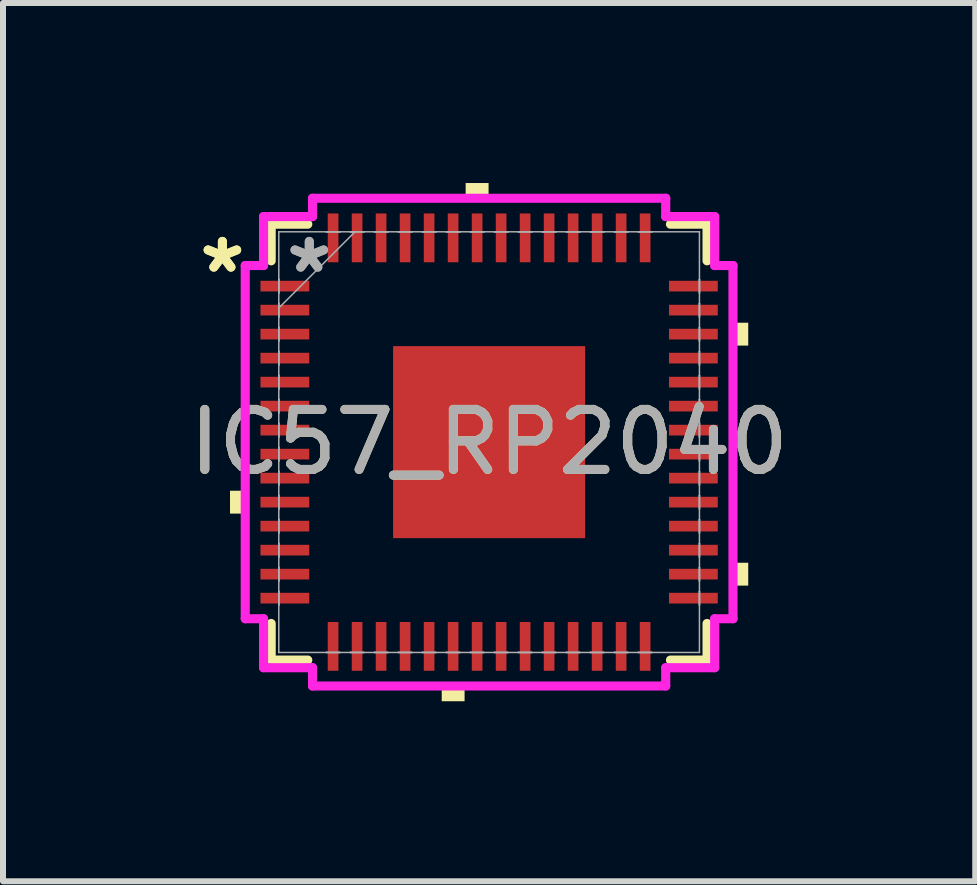
<source format=kicad_pcb>
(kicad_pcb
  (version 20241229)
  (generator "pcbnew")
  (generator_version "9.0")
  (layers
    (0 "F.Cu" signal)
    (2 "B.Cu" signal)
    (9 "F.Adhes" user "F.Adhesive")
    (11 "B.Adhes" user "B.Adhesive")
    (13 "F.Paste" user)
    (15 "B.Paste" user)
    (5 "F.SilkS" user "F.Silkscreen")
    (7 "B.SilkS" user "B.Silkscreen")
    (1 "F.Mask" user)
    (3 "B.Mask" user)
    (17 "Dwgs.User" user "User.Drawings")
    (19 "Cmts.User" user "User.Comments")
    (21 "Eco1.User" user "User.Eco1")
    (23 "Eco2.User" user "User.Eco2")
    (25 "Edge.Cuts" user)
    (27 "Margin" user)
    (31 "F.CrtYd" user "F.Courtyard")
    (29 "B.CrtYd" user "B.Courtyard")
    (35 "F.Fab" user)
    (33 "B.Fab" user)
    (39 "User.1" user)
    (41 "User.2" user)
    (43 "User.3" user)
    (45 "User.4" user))
  (footprint "IC57_RP2040"
    (layer "F.Cu")
    (at 5.101 4.318)
    (property "Reference" "IC57_RP2040" (at 0 0 0) (unlocked yes) (layer "F.SilkS") (effects (font (size 1 1) (thickness 0.15))))
    (attr smd)
    (fp_line (start -3.632 -3.632) (end -3.632 -3.022) (stroke (width 0.152) (type solid)) (layer "F.SilkS"))
    (fp_line (start -3.632 3.022) (end -3.632 3.632) (stroke (width 0.152) (type solid)) (layer "F.SilkS"))
    (fp_line (start -3.632 3.632) (end -3.022 3.632) (stroke (width 0.152) (type solid)) (layer "F.SilkS"))
    (fp_line (start -3.022 -3.632) (end -3.632 -3.632) (stroke (width 0.152) (type solid)) (layer "F.SilkS"))
    (fp_line (start 3.022 3.632) (end 3.632 3.632) (stroke (width 0.152) (type solid)) (layer "F.SilkS"))
    (fp_line (start 3.632 -3.632) (end 3.022 -3.632) (stroke (width 0.152) (type solid)) (layer "F.SilkS"))
    (fp_line (start 3.632 -3.022) (end 3.632 -3.632) (stroke (width 0.152) (type solid)) (layer "F.SilkS"))
    (fp_line (start 3.632 3.632) (end 3.632 3.022) (stroke (width 0.152) (type solid)) (layer "F.SilkS"))
    (fp_poly (pts (xy -4.318 0.81) (xy -4.318 1.191) (xy -4.064 1.191) (xy -4.064 0.81)) (stroke (width 0) (type solid)) (fill yes) (layer "F.SilkS"))
    (fp_poly (pts (xy -0.79 4.064) (xy -0.79 4.318) (xy -0.409 4.318) (xy -0.409 4.064)) (stroke (width 0) (type solid)) (fill yes) (layer "F.SilkS"))
    (fp_poly (pts (xy -0.391 -4.064) (xy -0.391 -4.318) (xy -0.009 -4.318) (xy -0.009 -4.064)) (stroke (width 0) (type solid)) (fill yes) (layer "F.SilkS"))
    (fp_poly (pts (xy 4.318 -1.99) (xy 4.318 -1.609) (xy 4.064 -1.609) (xy 4.064 -1.99)) (stroke (width 0) (type solid)) (fill yes) (layer "F.SilkS"))
    (fp_poly (pts (xy 4.318 2.01) (xy 4.318 2.391) (xy 4.064 2.391) (xy 4.064 2.01)) (stroke (width 0) (type solid)) (fill yes) (layer "F.SilkS"))
    (fp_poly (pts (xy -1.5 -1.5) (xy -1.5 -0.1) (xy -0.1 -0.1) (xy -0.1 -1.5)) (stroke (width 0) (type solid)) (fill yes) (layer "F.Paste"))
    (fp_poly (pts (xy -1.5 0.1) (xy -1.5 1.5) (xy -0.1 1.5) (xy -0.1 0.1)) (stroke (width 0) (type solid)) (fill yes) (layer "F.Paste"))
    (fp_poly (pts (xy 0.1 -1.5) (xy 0.1 -0.1) (xy 1.5 -0.1) (xy 1.5 -1.5)) (stroke (width 0) (type solid)) (fill yes) (layer "F.Paste"))
    (fp_poly (pts (xy 0.1 0.1) (xy 0.1 1.5) (xy 1.5 1.5) (xy 1.5 0.1)) (stroke (width 0) (type solid)) (fill yes) (layer "F.Paste"))
    (fp_line (start -4.064 -2.943) (end -3.759 -2.943) (stroke (width 0.152) (type solid)) (layer "F.CrtYd"))
    (fp_line (start -4.064 2.943) (end -4.064 -2.943) (stroke (width 0.152) (type solid)) (layer "F.CrtYd"))
    (fp_line (start -3.759 -3.759) (end -2.943 -3.759) (stroke (width 0.152) (type solid)) (layer "F.CrtYd"))
    (fp_line (start -3.759 -2.943) (end -3.759 -3.759) (stroke (width 0.152) (type solid)) (layer "F.CrtYd"))
    (fp_line (start -3.759 2.943) (end -4.064 2.943) (stroke (width 0.152) (type solid)) (layer "F.CrtYd"))
    (fp_line (start -3.759 3.759) (end -3.759 2.943) (stroke (width 0.152) (type solid)) (layer "F.CrtYd"))
    (fp_line (start -2.943 -4.064) (end 2.943 -4.064) (stroke (width 0.152) (type solid)) (layer "F.CrtYd"))
    (fp_line (start -2.943 -3.759) (end -2.943 -4.064) (stroke (width 0.152) (type solid)) (layer "F.CrtYd"))
    (fp_line (start -2.943 3.759) (end -3.759 3.759) (stroke (width 0.152) (type solid)) (layer "F.CrtYd"))
    (fp_line (start -2.943 4.064) (end -2.943 3.759) (stroke (width 0.152) (type solid)) (layer "F.CrtYd"))
    (fp_line (start 2.943 -4.064) (end 2.943 -3.759) (stroke (width 0.152) (type solid)) (layer "F.CrtYd"))
    (fp_line (start 2.943 -3.759) (end 3.759 -3.759) (stroke (width 0.152) (type solid)) (layer "F.CrtYd"))
    (fp_line (start 2.943 3.759) (end 2.943 4.064) (stroke (width 0.152) (type solid)) (layer "F.CrtYd"))
    (fp_line (start 2.943 4.064) (end -2.943 4.064) (stroke (width 0.152) (type solid)) (layer "F.CrtYd"))
    (fp_line (start 3.759 -3.759) (end 3.759 -2.943) (stroke (width 0.152) (type solid)) (layer "F.CrtYd"))
    (fp_line (start 3.759 -2.943) (end 4.064 -2.943) (stroke (width 0.152) (type solid)) (layer "F.CrtYd"))
    (fp_line (start 3.759 2.943) (end 3.759 3.759) (stroke (width 0.152) (type solid)) (layer "F.CrtYd"))
    (fp_line (start 3.759 3.759) (end 2.943 3.759) (stroke (width 0.152) (type solid)) (layer "F.CrtYd"))
    (fp_line (start 4.064 -2.943) (end 4.064 2.943) (stroke (width 0.152) (type solid)) (layer "F.CrtYd"))
    (fp_line (start 4.064 2.943) (end 3.759 2.943) (stroke (width 0.152) (type solid)) (layer "F.CrtYd"))
    (fp_line (start -3.505 -3.505) (end -3.505 -3.505) (stroke (width 0.025) (type solid)) (layer "F.Fab"))
    (fp_line (start -3.505 -3.505) (end -3.505 3.505) (stroke (width 0.025) (type solid)) (layer "F.Fab"))
    (fp_line (start -3.505 -2.714) (end -3.505 -2.714) (stroke (width 0.025) (type solid)) (layer "F.Fab"))
    (fp_line (start -3.505 -2.714) (end -3.505 -2.486) (stroke (width 0.025) (type solid)) (layer "F.Fab"))
    (fp_line (start -3.505 -2.486) (end -3.505 -2.714) (stroke (width 0.025) (type solid)) (layer "F.Fab"))
    (fp_line (start -3.505 -2.486) (end -3.505 -2.486) (stroke (width 0.025) (type solid)) (layer "F.Fab"))
    (fp_line (start -3.505 -2.314) (end -3.505 -2.314) (stroke (width 0.025) (type solid)) (layer "F.Fab"))
    (fp_line (start -3.505 -2.314) (end -3.505 -2.086) (stroke (width 0.025) (type solid)) (layer "F.Fab"))
    (fp_line (start -3.505 -2.235) (end -2.235 -3.505) (stroke (width 0.025) (type solid)) (layer "F.Fab"))
    (fp_line (start -3.505 -2.086) (end -3.505 -2.314) (stroke (width 0.025) (type solid)) (layer "F.Fab"))
    (fp_line (start -3.505 -2.086) (end -3.505 -2.086) (stroke (width 0.025) (type solid)) (layer "F.Fab"))
    (fp_line (start -3.505 -1.914) (end -3.505 -1.914) (stroke (width 0.025) (type solid)) (layer "F.Fab"))
    (fp_line (start -3.505 -1.914) (end -3.505 -1.686) (stroke (width 0.025) (type solid)) (layer "F.Fab"))
    (fp_line (start -3.505 -1.686) (end -3.505 -1.914) (stroke (width 0.025) (type solid)) (layer "F.Fab"))
    (fp_line (start -3.505 -1.686) (end -3.505 -1.686) (stroke (width 0.025) (type solid)) (layer "F.Fab"))
    (fp_line (start -3.505 -1.514) (end -3.505 -1.514) (stroke (width 0.025) (type solid)) (layer "F.Fab"))
    (fp_line (start -3.505 -1.514) (end -3.505 -1.286) (stroke (width 0.025) (type solid)) (layer "F.Fab"))
    (fp_line (start -3.505 -1.286) (end -3.505 -1.514) (stroke (width 0.025) (type solid)) (layer "F.Fab"))
    (fp_line (start -3.505 -1.286) (end -3.505 -1.286) (stroke (width 0.025) (type solid)) (layer "F.Fab"))
    (fp_line (start -3.505 -1.114) (end -3.505 -1.114) (stroke (width 0.025) (type solid)) (layer "F.Fab"))
    (fp_line (start -3.505 -1.114) (end -3.505 -0.886) (stroke (width 0.025) (type solid)) (layer "F.Fab"))
    (fp_line (start -3.505 -0.886) (end -3.505 -1.114) (stroke (width 0.025) (type solid)) (layer "F.Fab"))
    (fp_line (start -3.505 -0.886) (end -3.505 -0.886) (stroke (width 0.025) (type solid)) (layer "F.Fab"))
    (fp_line (start -3.505 -0.714) (end -3.505 -0.714) (stroke (width 0.025) (type solid)) (layer "F.Fab"))
    (fp_line (start -3.505 -0.714) (end -3.505 -0.486) (stroke (width 0.025) (type solid)) (layer "F.Fab"))
    (fp_line (start -3.505 -0.486) (end -3.505 -0.714) (stroke (width 0.025) (type solid)) (layer "F.Fab"))
    (fp_line (start -3.505 -0.486) (end -3.505 -0.486) (stroke (width 0.025) (type solid)) (layer "F.Fab"))
    (fp_line (start -3.505 -0.314) (end -3.505 -0.314) (stroke (width 0.025) (type solid)) (layer "F.Fab"))
    (fp_line (start -3.505 -0.314) (end -3.505 -0.086) (stroke (width 0.025) (type solid)) (layer "F.Fab"))
    (fp_line (start -3.505 -0.086) (end -3.505 -0.314) (stroke (width 0.025) (type solid)) (layer "F.Fab"))
    (fp_line (start -3.505 -0.086) (end -3.505 -0.086) (stroke (width 0.025) (type solid)) (layer "F.Fab"))
    (fp_line (start -3.505 0.086) (end -3.505 0.086) (stroke (width 0.025) (type solid)) (layer "F.Fab"))
    (fp_line (start -3.505 0.086) (end -3.505 0.314) (stroke (width 0.025) (type solid)) (layer "F.Fab"))
    (fp_line (start -3.505 0.314) (end -3.505 0.086) (stroke (width 0.025) (type solid)) (layer "F.Fab"))
    (fp_line (start -3.505 0.314) (end -3.505 0.314) (stroke (width 0.025) (type solid)) (layer "F.Fab"))
    (fp_line (start -3.505 0.486) (end -3.505 0.486) (stroke (width 0.025) (type solid)) (layer "F.Fab"))
    (fp_line (start -3.505 0.486) (end -3.505 0.714) (stroke (width 0.025) (type solid)) (layer "F.Fab"))
    (fp_line (start -3.505 0.714) (end -3.505 0.486) (stroke (width 0.025) (type solid)) (layer "F.Fab"))
    (fp_line (start -3.505 0.714) (end -3.505 0.714) (stroke (width 0.025) (type solid)) (layer "F.Fab"))
    (fp_line (start -3.505 0.886) (end -3.505 0.886) (stroke (width 0.025) (type solid)) (layer "F.Fab"))
    (fp_line (start -3.505 0.886) (end -3.505 1.114) (stroke (width 0.025) (type solid)) (layer "F.Fab"))
    (fp_line (start -3.505 1.114) (end -3.505 0.886) (stroke (width 0.025) (type solid)) (layer "F.Fab"))
    (fp_line (start -3.505 1.114) (end -3.505 1.114) (stroke (width 0.025) (type solid)) (layer "F.Fab"))
    (fp_line (start -3.505 1.286) (end -3.505 1.286) (stroke (width 0.025) (type solid)) (layer "F.Fab"))
    (fp_line (start -3.505 1.286) (end -3.505 1.514) (stroke (width 0.025) (type solid)) (layer "F.Fab"))
    (fp_line (start -3.505 1.514) (end -3.505 1.286) (stroke (width 0.025) (type solid)) (layer "F.Fab"))
    (fp_line (start -3.505 1.514) (end -3.505 1.514) (stroke (width 0.025) (type solid)) (layer "F.Fab"))
    (fp_line (start -3.505 1.686) (end -3.505 1.686) (stroke (width 0.025) (type solid)) (layer "F.Fab"))
    (fp_line (start -3.505 1.686) (end -3.505 1.914) (stroke (width 0.025) (type solid)) (layer "F.Fab"))
    (fp_line (start -3.505 1.914) (end -3.505 1.686) (stroke (width 0.025) (type solid)) (layer "F.Fab"))
    (fp_line (start -3.505 1.914) (end -3.505 1.914) (stroke (width 0.025) (type solid)) (layer "F.Fab"))
    (fp_line (start -3.505 2.086) (end -3.505 2.086) (stroke (width 0.025) (type solid)) (layer "F.Fab"))
    (fp_line (start -3.505 2.086) (end -3.505 2.314) (stroke (width 0.025) (type solid)) (layer "F.Fab"))
    (fp_line (start -3.505 2.314) (end -3.505 2.086) (stroke (width 0.025) (type solid)) (layer "F.Fab"))
    (fp_line (start -3.505 2.314) (end -3.505 2.314) (stroke (width 0.025) (type solid)) (layer "F.Fab"))
    (fp_line (start -3.505 2.486) (end -3.505 2.486) (stroke (width 0.025) (type solid)) (layer "F.Fab"))
    (fp_line (start -3.505 2.486) (end -3.505 2.714) (stroke (width 0.025) (type solid)) (layer "F.Fab"))
    (fp_line (start -3.505 2.714) (end -3.505 2.486) (stroke (width 0.025) (type solid)) (layer "F.Fab"))
    (fp_line (start -3.505 2.714) (end -3.505 2.714) (stroke (width 0.025) (type solid)) (layer "F.Fab"))
    (fp_line (start -3.505 3.505) (end -3.505 3.505) (stroke (width 0.025) (type solid)) (layer "F.Fab"))
    (fp_line (start -3.505 3.505) (end 3.505 3.505) (stroke (width 0.025) (type solid)) (layer "F.Fab"))
    (fp_line (start -2.714 -3.505) (end -2.714 -3.505) (stroke (width 0.025) (type solid)) (layer "F.Fab"))
    (fp_line (start -2.714 -3.505) (end -2.486 -3.505) (stroke (width 0.025) (type solid)) (layer "F.Fab"))
    (fp_line (start -2.714 3.505) (end -2.714 3.505) (stroke (width 0.025) (type solid)) (layer "F.Fab"))
    (fp_line (start -2.714 3.505) (end -2.486 3.505) (stroke (width 0.025) (type solid)) (layer "F.Fab"))
    (fp_line (start -2.486 -3.505) (end -2.714 -3.505) (stroke (width 0.025) (type solid)) (layer "F.Fab"))
    (fp_line (start -2.486 -3.505) (end -2.486 -3.505) (stroke (width 0.025) (type solid)) (layer "F.Fab"))
    (fp_line (start -2.486 3.505) (end -2.714 3.505) (stroke (width 0.025) (type solid)) (layer "F.Fab"))
    (fp_line (start -2.486 3.505) (end -2.486 3.505) (stroke (width 0.025) (type solid)) (layer "F.Fab"))
    (fp_line (start -2.314 -3.505) (end -2.314 -3.505) (stroke (width 0.025) (type solid)) (layer "F.Fab"))
    (fp_line (start -2.314 -3.505) (end -2.086 -3.505) (stroke (width 0.025) (type solid)) (layer "F.Fab"))
    (fp_line (start -2.314 3.505) (end -2.314 3.505) (stroke (width 0.025) (type solid)) (layer "F.Fab"))
    (fp_line (start -2.314 3.505) (end -2.086 3.505) (stroke (width 0.025) (type solid)) (layer "F.Fab"))
    (fp_line (start -2.086 -3.505) (end -2.314 -3.505) (stroke (width 0.025) (type solid)) (layer "F.Fab"))
    (fp_line (start -2.086 -3.505) (end -2.086 -3.505) (stroke (width 0.025) (type solid)) (layer "F.Fab"))
    (fp_line (start -2.086 3.505) (end -2.314 3.505) (stroke (width 0.025) (type solid)) (layer "F.Fab"))
    (fp_line (start -2.086 3.505) (end -2.086 3.505) (stroke (width 0.025) (type solid)) (layer "F.Fab"))
    (fp_line (start -1.914 -3.505) (end -1.914 -3.505) (stroke (width 0.025) (type solid)) (layer "F.Fab"))
    (fp_line (start -1.914 -3.505) (end -1.686 -3.505) (stroke (width 0.025) (type solid)) (layer "F.Fab"))
    (fp_line (start -1.914 3.505) (end -1.914 3.505) (stroke (width 0.025) (type solid)) (layer "F.Fab"))
    (fp_line (start -1.914 3.505) (end -1.686 3.505) (stroke (width 0.025) (type solid)) (layer "F.Fab"))
    (fp_line (start -1.686 -3.505) (end -1.914 -3.505) (stroke (width 0.025) (type solid)) (layer "F.Fab"))
    (fp_line (start -1.686 -3.505) (end -1.686 -3.505) (stroke (width 0.025) (type solid)) (layer "F.Fab"))
    (fp_line (start -1.686 3.505) (end -1.914 3.505) (stroke (width 0.025) (type solid)) (layer "F.Fab"))
    (fp_line (start -1.686 3.505) (end -1.686 3.505) (stroke (width 0.025) (type solid)) (layer "F.Fab"))
    (fp_line (start -1.514 -3.505) (end -1.514 -3.505) (stroke (width 0.025) (type solid)) (layer "F.Fab"))
    (fp_line (start -1.514 -3.505) (end -1.286 -3.505) (stroke (width 0.025) (type solid)) (layer "F.Fab"))
    (fp_line (start -1.514 3.505) (end -1.514 3.505) (stroke (width 0.025) (type solid)) (layer "F.Fab"))
    (fp_line (start -1.514 3.505) (end -1.286 3.505) (stroke (width 0.025) (type solid)) (layer "F.Fab"))
    (fp_line (start -1.286 -3.505) (end -1.514 -3.505) (stroke (width 0.025) (type solid)) (layer "F.Fab"))
    (fp_line (start -1.286 -3.505) (end -1.286 -3.505) (stroke (width 0.025) (type solid)) (layer "F.Fab"))
    (fp_line (start -1.286 3.505) (end -1.514 3.505) (stroke (width 0.025) (type solid)) (layer "F.Fab"))
    (fp_line (start -1.286 3.505) (end -1.286 3.505) (stroke (width 0.025) (type solid)) (layer "F.Fab"))
    (fp_line (start -1.114 -3.505) (end -1.114 -3.505) (stroke (width 0.025) (type solid)) (layer "F.Fab"))
    (fp_line (start -1.114 -3.505) (end -0.886 -3.505) (stroke (width 0.025) (type solid)) (layer "F.Fab"))
    (fp_line (start -1.114 3.505) (end -1.114 3.505) (stroke (width 0.025) (type solid)) (layer "F.Fab"))
    (fp_line (start -1.114 3.505) (end -0.886 3.505) (stroke (width 0.025) (type solid)) (layer "F.Fab"))
    (fp_line (start -0.886 -3.505) (end -1.114 -3.505) (stroke (width 0.025) (type solid)) (layer "F.Fab"))
    (fp_line (start -0.886 -3.505) (end -0.886 -3.505) (stroke (width 0.025) (type solid)) (layer "F.Fab"))
    (fp_line (start -0.886 3.505) (end -1.114 3.505) (stroke (width 0.025) (type solid)) (layer "F.Fab"))
    (fp_line (start -0.886 3.505) (end -0.886 3.505) (stroke (width 0.025) (type solid)) (layer "F.Fab"))
    (fp_line (start -0.714 -3.505) (end -0.714 -3.505) (stroke (width 0.025) (type solid)) (layer "F.Fab"))
    (fp_line (start -0.714 -3.505) (end -0.486 -3.505) (stroke (width 0.025) (type solid)) (layer "F.Fab"))
    (fp_line (start -0.714 3.505) (end -0.714 3.505) (stroke (width 0.025) (type solid)) (layer "F.Fab"))
    (fp_line (start -0.714 3.505) (end -0.486 3.505) (stroke (width 0.025) (type solid)) (layer "F.Fab"))
    (fp_line (start -0.486 -3.505) (end -0.714 -3.505) (stroke (width 0.025) (type solid)) (layer "F.Fab"))
    (fp_line (start -0.486 -3.505) (end -0.486 -3.505) (stroke (width 0.025) (type solid)) (layer "F.Fab"))
    (fp_line (start -0.486 3.505) (end -0.714 3.505) (stroke (width 0.025) (type solid)) (layer "F.Fab"))
    (fp_line (start -0.486 3.505) (end -0.486 3.505) (stroke (width 0.025) (type solid)) (layer "F.Fab"))
    (fp_line (start -0.314 -3.505) (end -0.314 -3.505) (stroke (width 0.025) (type solid)) (layer "F.Fab"))
    (fp_line (start -0.314 -3.505) (end -0.086 -3.505) (stroke (width 0.025) (type solid)) (layer "F.Fab"))
    (fp_line (start -0.314 3.505) (end -0.314 3.505) (stroke (width 0.025) (type solid)) (layer "F.Fab"))
    (fp_line (start -0.314 3.505) (end -0.086 3.505) (stroke (width 0.025) (type solid)) (layer "F.Fab"))
    (fp_line (start -0.086 -3.505) (end -0.314 -3.505) (stroke (width 0.025) (type solid)) (layer "F.Fab"))
    (fp_line (start -0.086 -3.505) (end -0.086 -3.505) (stroke (width 0.025) (type solid)) (layer "F.Fab"))
    (fp_line (start -0.086 3.505) (end -0.314 3.505) (stroke (width 0.025) (type solid)) (layer "F.Fab"))
    (fp_line (start -0.086 3.505) (end -0.086 3.505) (stroke (width 0.025) (type solid)) (layer "F.Fab"))
    (fp_line (start 0.086 -3.505) (end 0.086 -3.505) (stroke (width 0.025) (type solid)) (layer "F.Fab"))
    (fp_line (start 0.086 -3.505) (end 0.314 -3.505) (stroke (width 0.025) (type solid)) (layer "F.Fab"))
    (fp_line (start 0.086 3.505) (end 0.086 3.505) (stroke (width 0.025) (type solid)) (layer "F.Fab"))
    (fp_line (start 0.086 3.505) (end 0.314 3.505) (stroke (width 0.025) (type solid)) (layer "F.Fab"))
    (fp_line (start 0.314 -3.505) (end 0.086 -3.505) (stroke (width 0.025) (type solid)) (layer "F.Fab"))
    (fp_line (start 0.314 -3.505) (end 0.314 -3.505) (stroke (width 0.025) (type solid)) (layer "F.Fab"))
    (fp_line (start 0.314 3.505) (end 0.086 3.505) (stroke (width 0.025) (type solid)) (layer "F.Fab"))
    (fp_line (start 0.314 3.505) (end 0.314 3.505) (stroke (width 0.025) (type solid)) (layer "F.Fab"))
    (fp_line (start 0.486 -3.505) (end 0.486 -3.505) (stroke (width 0.025) (type solid)) (layer "F.Fab"))
    (fp_line (start 0.486 -3.505) (end 0.714 -3.505) (stroke (width 0.025) (type solid)) (layer "F.Fab"))
    (fp_line (start 0.486 3.505) (end 0.486 3.505) (stroke (width 0.025) (type solid)) (layer "F.Fab"))
    (fp_line (start 0.486 3.505) (end 0.714 3.505) (stroke (width 0.025) (type solid)) (layer "F.Fab"))
    (fp_line (start 0.714 -3.505) (end 0.486 -3.505) (stroke (width 0.025) (type solid)) (layer "F.Fab"))
    (fp_line (start 0.714 -3.505) (end 0.714 -3.505) (stroke (width 0.025) (type solid)) (layer "F.Fab"))
    (fp_line (start 0.714 3.505) (end 0.486 3.505) (stroke (width 0.025) (type solid)) (layer "F.Fab"))
    (fp_line (start 0.714 3.505) (end 0.714 3.505) (stroke (width 0.025) (type solid)) (layer "F.Fab"))
    (fp_line (start 0.886 -3.505) (end 0.886 -3.505) (stroke (width 0.025) (type solid)) (layer "F.Fab"))
    (fp_line (start 0.886 -3.505) (end 1.114 -3.505) (stroke (width 0.025) (type solid)) (layer "F.Fab"))
    (fp_line (start 0.886 3.505) (end 0.886 3.505) (stroke (width 0.025) (type solid)) (layer "F.Fab"))
    (fp_line (start 0.886 3.505) (end 1.114 3.505) (stroke (width 0.025) (type solid)) (layer "F.Fab"))
    (fp_line (start 1.114 -3.505) (end 0.886 -3.505) (stroke (width 0.025) (type solid)) (layer "F.Fab"))
    (fp_line (start 1.114 -3.505) (end 1.114 -3.505) (stroke (width 0.025) (type solid)) (layer "F.Fab"))
    (fp_line (start 1.114 3.505) (end 0.886 3.505) (stroke (width 0.025) (type solid)) (layer "F.Fab"))
    (fp_line (start 1.114 3.505) (end 1.114 3.505) (stroke (width 0.025) (type solid)) (layer "F.Fab"))
    (fp_line (start 1.286 -3.505) (end 1.286 -3.505) (stroke (width 0.025) (type solid)) (layer "F.Fab"))
    (fp_line (start 1.286 -3.505) (end 1.514 -3.505) (stroke (width 0.025) (type solid)) (layer "F.Fab"))
    (fp_line (start 1.286 3.505) (end 1.286 3.505) (stroke (width 0.025) (type solid)) (layer "F.Fab"))
    (fp_line (start 1.286 3.505) (end 1.514 3.505) (stroke (width 0.025) (type solid)) (layer "F.Fab"))
    (fp_line (start 1.514 -3.505) (end 1.286 -3.505) (stroke (width 0.025) (type solid)) (layer "F.Fab"))
    (fp_line (start 1.514 -3.505) (end 1.514 -3.505) (stroke (width 0.025) (type solid)) (layer "F.Fab"))
    (fp_line (start 1.514 3.505) (end 1.286 3.505) (stroke (width 0.025) (type solid)) (layer "F.Fab"))
    (fp_line (start 1.514 3.505) (end 1.514 3.505) (stroke (width 0.025) (type solid)) (layer "F.Fab"))
    (fp_line (start 1.686 -3.505) (end 1.686 -3.505) (stroke (width 0.025) (type solid)) (layer "F.Fab"))
    (fp_line (start 1.686 -3.505) (end 1.914 -3.505) (stroke (width 0.025) (type solid)) (layer "F.Fab"))
    (fp_line (start 1.686 3.505) (end 1.686 3.505) (stroke (width 0.025) (type solid)) (layer "F.Fab"))
    (fp_line (start 1.686 3.505) (end 1.914 3.505) (stroke (width 0.025) (type solid)) (layer "F.Fab"))
    (fp_line (start 1.914 -3.505) (end 1.686 -3.505) (stroke (width 0.025) (type solid)) (layer "F.Fab"))
    (fp_line (start 1.914 -3.505) (end 1.914 -3.505) (stroke (width 0.025) (type solid)) (layer "F.Fab"))
    (fp_line (start 1.914 3.505) (end 1.686 3.505) (stroke (width 0.025) (type solid)) (layer "F.Fab"))
    (fp_line (start 1.914 3.505) (end 1.914 3.505) (stroke (width 0.025) (type solid)) (layer "F.Fab"))
    (fp_line (start 2.086 -3.505) (end 2.086 -3.505) (stroke (width 0.025) (type solid)) (layer "F.Fab"))
    (fp_line (start 2.086 -3.505) (end 2.314 -3.505) (stroke (width 0.025) (type solid)) (layer "F.Fab"))
    (fp_line (start 2.086 3.505) (end 2.086 3.505) (stroke (width 0.025) (type solid)) (layer "F.Fab"))
    (fp_line (start 2.086 3.505) (end 2.314 3.505) (stroke (width 0.025) (type solid)) (layer "F.Fab"))
    (fp_line (start 2.314 -3.505) (end 2.086 -3.505) (stroke (width 0.025) (type solid)) (layer "F.Fab"))
    (fp_line (start 2.314 -3.505) (end 2.314 -3.505) (stroke (width 0.025) (type solid)) (layer "F.Fab"))
    (fp_line (start 2.314 3.505) (end 2.086 3.505) (stroke (width 0.025) (type solid)) (layer "F.Fab"))
    (fp_line (start 2.314 3.505) (end 2.314 3.505) (stroke (width 0.025) (type solid)) (layer "F.Fab"))
    (fp_line (start 2.486 -3.505) (end 2.486 -3.505) (stroke (width 0.025) (type solid)) (layer "F.Fab"))
    (fp_line (start 2.486 -3.505) (end 2.714 -3.505) (stroke (width 0.025) (type solid)) (layer "F.Fab"))
    (fp_line (start 2.486 3.505) (end 2.486 3.505) (stroke (width 0.025) (type solid)) (layer "F.Fab"))
    (fp_line (start 2.486 3.505) (end 2.714 3.505) (stroke (width 0.025) (type solid)) (layer "F.Fab"))
    (fp_line (start 2.714 -3.505) (end 2.486 -3.505) (stroke (width 0.025) (type solid)) (layer "F.Fab"))
    (fp_line (start 2.714 -3.505) (end 2.714 -3.505) (stroke (width 0.025) (type solid)) (layer "F.Fab"))
    (fp_line (start 2.714 3.505) (end 2.486 3.505) (stroke (width 0.025) (type solid)) (layer "F.Fab"))
    (fp_line (start 2.714 3.505) (end 2.714 3.505) (stroke (width 0.025) (type solid)) (layer "F.Fab"))
    (fp_line (start 3.505 -3.505) (end -3.505 -3.505) (stroke (width 0.025) (type solid)) (layer "F.Fab"))
    (fp_line (start 3.505 -3.505) (end 3.505 -3.505) (stroke (width 0.025) (type solid)) (layer "F.Fab"))
    (fp_line (start 3.505 -2.714) (end 3.505 -2.714) (stroke (width 0.025) (type solid)) (layer "F.Fab"))
    (fp_line (start 3.505 -2.714) (end 3.505 -2.486) (stroke (width 0.025) (type solid)) (layer "F.Fab"))
    (fp_line (start 3.505 -2.486) (end 3.505 -2.714) (stroke (width 0.025) (type solid)) (layer "F.Fab"))
    (fp_line (start 3.505 -2.486) (end 3.505 -2.486) (stroke (width 0.025) (type solid)) (layer "F.Fab"))
    (fp_line (start 3.505 -2.314) (end 3.505 -2.314) (stroke (width 0.025) (type solid)) (layer "F.Fab"))
    (fp_line (start 3.505 -2.314) (end 3.505 -2.086) (stroke (width 0.025) (type solid)) (layer "F.Fab"))
    (fp_line (start 3.505 -2.086) (end 3.505 -2.314) (stroke (width 0.025) (type solid)) (layer "F.Fab"))
    (fp_line (start 3.505 -2.086) (end 3.505 -2.086) (stroke (width 0.025) (type solid)) (layer "F.Fab"))
    (fp_line (start 3.505 -1.914) (end 3.505 -1.914) (stroke (width 0.025) (type solid)) (layer "F.Fab"))
    (fp_line (start 3.505 -1.914) (end 3.505 -1.686) (stroke (width 0.025) (type solid)) (layer "F.Fab"))
    (fp_line (start 3.505 -1.686) (end 3.505 -1.914) (stroke (width 0.025) (type solid)) (layer "F.Fab"))
    (fp_line (start 3.505 -1.686) (end 3.505 -1.686) (stroke (width 0.025) (type solid)) (layer "F.Fab"))
    (fp_line (start 3.505 -1.514) (end 3.505 -1.514) (stroke (width 0.025) (type solid)) (layer "F.Fab"))
    (fp_line (start 3.505 -1.514) (end 3.505 -1.286) (stroke (width 0.025) (type solid)) (layer "F.Fab"))
    (fp_line (start 3.505 -1.286) (end 3.505 -1.514) (stroke (width 0.025) (type solid)) (layer "F.Fab"))
    (fp_line (start 3.505 -1.286) (end 3.505 -1.286) (stroke (width 0.025) (type solid)) (layer "F.Fab"))
    (fp_line (start 3.505 -1.114) (end 3.505 -1.114) (stroke (width 0.025) (type solid)) (layer "F.Fab"))
    (fp_line (start 3.505 -1.114) (end 3.505 -0.886) (stroke (width 0.025) (type solid)) (layer "F.Fab"))
    (fp_line (start 3.505 -0.886) (end 3.505 -1.114) (stroke (width 0.025) (type solid)) (layer "F.Fab"))
    (fp_line (start 3.505 -0.886) (end 3.505 -0.886) (stroke (width 0.025) (type solid)) (layer "F.Fab"))
    (fp_line (start 3.505 -0.714) (end 3.505 -0.714) (stroke (width 0.025) (type solid)) (layer "F.Fab"))
    (fp_line (start 3.505 -0.714) (end 3.505 -0.486) (stroke (width 0.025) (type solid)) (layer "F.Fab"))
    (fp_line (start 3.505 -0.486) (end 3.505 -0.714) (stroke (width 0.025) (type solid)) (layer "F.Fab"))
    (fp_line (start 3.505 -0.486) (end 3.505 -0.486) (stroke (width 0.025) (type solid)) (layer "F.Fab"))
    (fp_line (start 3.505 -0.314) (end 3.505 -0.314) (stroke (width 0.025) (type solid)) (layer "F.Fab"))
    (fp_line (start 3.505 -0.314) (end 3.505 -0.086) (stroke (width 0.025) (type solid)) (layer "F.Fab"))
    (fp_line (start 3.505 -0.086) (end 3.505 -0.314) (stroke (width 0.025) (type solid)) (layer "F.Fab"))
    (fp_line (start 3.505 -0.086) (end 3.505 -0.086) (stroke (width 0.025) (type solid)) (layer "F.Fab"))
    (fp_line (start 3.505 0.086) (end 3.505 0.086) (stroke (width 0.025) (type solid)) (layer "F.Fab"))
    (fp_line (start 3.505 0.086) (end 3.505 0.314) (stroke (width 0.025) (type solid)) (layer "F.Fab"))
    (fp_line (start 3.505 0.314) (end 3.505 0.086) (stroke (width 0.025) (type solid)) (layer "F.Fab"))
    (fp_line (start 3.505 0.314) (end 3.505 0.314) (stroke (width 0.025) (type solid)) (layer "F.Fab"))
    (fp_line (start 3.505 0.486) (end 3.505 0.486) (stroke (width 0.025) (type solid)) (layer "F.Fab"))
    (fp_line (start 3.505 0.486) (end 3.505 0.714) (stroke (width 0.025) (type solid)) (layer "F.Fab"))
    (fp_line (start 3.505 0.714) (end 3.505 0.486) (stroke (width 0.025) (type solid)) (layer "F.Fab"))
    (fp_line (start 3.505 0.714) (end 3.505 0.714) (stroke (width 0.025) (type solid)) (layer "F.Fab"))
    (fp_line (start 3.505 0.886) (end 3.505 0.886) (stroke (width 0.025) (type solid)) (layer "F.Fab"))
    (fp_line (start 3.505 0.886) (end 3.505 1.114) (stroke (width 0.025) (type solid)) (layer "F.Fab"))
    (fp_line (start 3.505 1.114) (end 3.505 0.886) (stroke (width 0.025) (type solid)) (layer "F.Fab"))
    (fp_line (start 3.505 1.114) (end 3.505 1.114) (stroke (width 0.025) (type solid)) (layer "F.Fab"))
    (fp_line (start 3.505 1.286) (end 3.505 1.286) (stroke (width 0.025) (type solid)) (layer "F.Fab"))
    (fp_line (start 3.505 1.286) (end 3.505 1.514) (stroke (width 0.025) (type solid)) (layer "F.Fab"))
    (fp_line (start 3.505 1.514) (end 3.505 1.286) (stroke (width 0.025) (type solid)) (layer "F.Fab"))
    (fp_line (start 3.505 1.514) (end 3.505 1.514) (stroke (width 0.025) (type solid)) (layer "F.Fab"))
    (fp_line (start 3.505 1.686) (end 3.505 1.686) (stroke (width 0.025) (type solid)) (layer "F.Fab"))
    (fp_line (start 3.505 1.686) (end 3.505 1.914) (stroke (width 0.025) (type solid)) (layer "F.Fab"))
    (fp_line (start 3.505 1.914) (end 3.505 1.686) (stroke (width 0.025) (type solid)) (layer "F.Fab"))
    (fp_line (start 3.505 1.914) (end 3.505 1.914) (stroke (width 0.025) (type solid)) (layer "F.Fab"))
    (fp_line (start 3.505 2.086) (end 3.505 2.086) (stroke (width 0.025) (type solid)) (layer "F.Fab"))
    (fp_line (start 3.505 2.086) (end 3.505 2.314) (stroke (width 0.025) (type solid)) (layer "F.Fab"))
    (fp_line (start 3.505 2.314) (end 3.505 2.086) (stroke (width 0.025) (type solid)) (layer "F.Fab"))
    (fp_line (start 3.505 2.314) (end 3.505 2.314) (stroke (width 0.025) (type solid)) (layer "F.Fab"))
    (fp_line (start 3.505 2.486) (end 3.505 2.486) (stroke (width 0.025) (type solid)) (layer "F.Fab"))
    (fp_line (start 3.505 2.486) (end 3.505 2.714) (stroke (width 0.025) (type solid)) (layer "F.Fab"))
    (fp_line (start 3.505 2.714) (end 3.505 2.486) (stroke (width 0.025) (type solid)) (layer "F.Fab"))
    (fp_line (start 3.505 2.714) (end 3.505 2.714) (stroke (width 0.025) (type solid)) (layer "F.Fab"))
    (fp_line (start 3.505 3.505) (end 3.505 -3.505) (stroke (width 0.025) (type solid)) (layer "F.Fab"))
    (fp_line (start 3.505 3.505) (end 3.505 3.505) (stroke (width 0.025) (type solid)) (layer "F.Fab"))
    (fp_text user "*" (at -4.445 -2.8 0) (unlocked yes) (layer "F.SilkS") (effects (font (size 1 1) (thickness 0.15))))
    (fp_text user "*" (at -4.445 -2.8 0) (layer "F.SilkS") (effects (font (size 1 1) (thickness 0.15))))
    (fp_text user "${REFERENCE}" (at 0 0 0) (unlocked yes) (layer "F.Fab") (effects (font (size 1 1) (thickness 0.15))))
    (fp_text user "*" (at -2.997 -2.8 0) (layer "F.Fab") (effects (font (size 1 1) (thickness 0.15))))
    (fp_text user "*" (at -2.997 -2.8 0) (unlocked yes) (layer "F.Fab") (effects (font (size 1 1) (thickness 0.15))))
    (pad "1" smd rect (at -3.404 -2.6 90) (size 0.178 0.813) (layers "F.Cu" "F.Mask" "F.Paste"))
    (pad "2" smd rect (at -3.404 -2.2 90) (size 0.178 0.813) (layers "F.Cu" "F.Mask" "F.Paste"))
    (pad "3" smd rect (at -3.404 -1.8 90) (size 0.178 0.813) (layers "F.Cu" "F.Mask" "F.Paste"))
    (pad "4" smd rect (at -3.404 -1.4 90) (size 0.178 0.813) (layers "F.Cu" "F.Mask" "F.Paste"))
    (pad "5" smd rect (at -3.404 -1 90) (size 0.178 0.813) (layers "F.Cu" "F.Mask" "F.Paste"))
    (pad "6" smd rect (at -3.404 -0.6 90) (size 0.178 0.813) (layers "F.Cu" "F.Mask" "F.Paste"))
    (pad "7" smd rect (at -3.404 -0.2 90) (size 0.178 0.813) (layers "F.Cu" "F.Mask" "F.Paste"))
    (pad "8" smd rect (at -3.404 0.2 90) (size 0.178 0.813) (layers "F.Cu" "F.Mask" "F.Paste"))
    (pad "9" smd rect (at -3.404 0.6 90) (size 0.178 0.813) (layers "F.Cu" "F.Mask" "F.Paste"))
    (pad "10" smd rect (at -3.404 1 90) (size 0.178 0.813) (layers "F.Cu" "F.Mask" "F.Paste"))
    (pad "11" smd rect (at -3.404 1.4 90) (size 0.178 0.813) (layers "F.Cu" "F.Mask" "F.Paste"))
    (pad "12" smd rect (at -3.404 1.8 90) (size 0.178 0.813) (layers "F.Cu" "F.Mask" "F.Paste"))
    (pad "13" smd rect (at -3.404 2.2 90) (size 0.178 0.813) (layers "F.Cu" "F.Mask" "F.Paste"))
    (pad "14" smd rect (at -3.404 2.6 90) (size 0.178 0.813) (layers "F.Cu" "F.Mask" "F.Paste"))
    (pad "15" smd rect (at -2.6 3.404) (size 0.178 0.813) (layers "F.Cu" "F.Mask" "F.Paste"))
    (pad "16" smd rect (at -2.2 3.404) (size 0.178 0.813) (layers "F.Cu" "F.Mask" "F.Paste"))
    (pad "17" smd rect (at -1.8 3.404) (size 0.178 0.813) (layers "F.Cu" "F.Mask" "F.Paste"))
    (pad "18" smd rect (at -1.4 3.404) (size 0.178 0.813) (layers "F.Cu" "F.Mask" "F.Paste"))
    (pad "19" smd rect (at -1 3.404) (size 0.178 0.813) (layers "F.Cu" "F.Mask" "F.Paste"))
    (pad "20" smd rect (at -0.6 3.404) (size 0.178 0.813) (layers "F.Cu" "F.Mask" "F.Paste"))
    (pad "21" smd rect (at -0.2 3.404) (size 0.178 0.813) (layers "F.Cu" "F.Mask" "F.Paste"))
    (pad "22" smd rect (at 0.2 3.404) (size 0.178 0.813) (layers "F.Cu" "F.Mask" "F.Paste"))
    (pad "23" smd rect (at 0.6 3.404) (size 0.178 0.813) (layers "F.Cu" "F.Mask" "F.Paste"))
    (pad "24" smd rect (at 1 3.404) (size 0.178 0.813) (layers "F.Cu" "F.Mask" "F.Paste"))
    (pad "25" smd rect (at 1.4 3.404) (size 0.178 0.813) (layers "F.Cu" "F.Mask" "F.Paste"))
    (pad "26" smd rect (at 1.8 3.404) (size 0.178 0.813) (layers "F.Cu" "F.Mask" "F.Paste"))
    (pad "27" smd rect (at 2.2 3.404) (size 0.178 0.813) (layers "F.Cu" "F.Mask" "F.Paste"))
    (pad "28" smd rect (at 2.6 3.404) (size 0.178 0.813) (layers "F.Cu" "F.Mask" "F.Paste"))
    (pad "29" smd rect (at 3.404 2.6 90) (size 0.178 0.813) (layers "F.Cu" "F.Mask" "F.Paste"))
    (pad "30" smd rect (at 3.404 2.2 90) (size 0.178 0.813) (layers "F.Cu" "F.Mask" "F.Paste"))
    (pad "31" smd rect (at 3.404 1.8 90) (size 0.178 0.813) (layers "F.Cu" "F.Mask" "F.Paste"))
    (pad "32" smd rect (at 3.404 1.4 90) (size 0.178 0.813) (layers "F.Cu" "F.Mask" "F.Paste"))
    (pad "33" smd rect (at 3.404 1 90) (size 0.178 0.813) (layers "F.Cu" "F.Mask" "F.Paste"))
    (pad "34" smd rect (at 3.404 0.6 90) (size 0.178 0.813) (layers "F.Cu" "F.Mask" "F.Paste"))
    (pad "35" smd rect (at 3.404 0.2 90) (size 0.178 0.813) (layers "F.Cu" "F.Mask" "F.Paste"))
    (pad "36" smd rect (at 3.404 -0.2 90) (size 0.178 0.813) (layers "F.Cu" "F.Mask" "F.Paste"))
    (pad "37" smd rect (at 3.404 -0.6 90) (size 0.178 0.813) (layers "F.Cu" "F.Mask" "F.Paste"))
    (pad "38" smd rect (at 3.404 -1 90) (size 0.178 0.813) (layers "F.Cu" "F.Mask" "F.Paste"))
    (pad "39" smd rect (at 3.404 -1.4 90) (size 0.178 0.813) (layers "F.Cu" "F.Mask" "F.Paste"))
    (pad "40" smd rect (at 3.404 -1.8 90) (size 0.178 0.813) (layers "F.Cu" "F.Mask" "F.Paste"))
    (pad "41" smd rect (at 3.404 -2.2 90) (size 0.178 0.813) (layers "F.Cu" "F.Mask" "F.Paste"))
    (pad "42" smd rect (at 3.404 -2.6 90) (size 0.178 0.813) (layers "F.Cu" "F.Mask" "F.Paste"))
    (pad "43" smd rect (at 2.6 -3.404) (size 0.178 0.813) (layers "F.Cu" "F.Mask" "F.Paste"))
    (pad "44" smd rect (at 2.2 -3.404) (size 0.178 0.813) (layers "F.Cu" "F.Mask" "F.Paste"))
    (pad "45" smd rect (at 1.8 -3.404) (size 0.178 0.813) (layers "F.Cu" "F.Mask" "F.Paste"))
    (pad "46" smd rect (at 1.4 -3.404) (size 0.178 0.813) (layers "F.Cu" "F.Mask" "F.Paste"))
    (pad "47" smd rect (at 1 -3.404) (size 0.178 0.813) (layers "F.Cu" "F.Mask" "F.Paste"))
    (pad "48" smd rect (at 0.6 -3.404) (size 0.178 0.813) (layers "F.Cu" "F.Mask" "F.Paste"))
    (pad "49" smd rect (at 0.2 -3.404) (size 0.178 0.813) (layers "F.Cu" "F.Mask" "F.Paste"))
    (pad "50" smd rect (at -0.2 -3.404) (size 0.178 0.813) (layers "F.Cu" "F.Mask" "F.Paste"))
    (pad "51" smd rect (at -0.6 -3.404) (size 0.178 0.813) (layers "F.Cu" "F.Mask" "F.Paste"))
    (pad "52" smd rect (at -1 -3.404) (size 0.178 0.813) (layers "F.Cu" "F.Mask" "F.Paste"))
    (pad "53" smd rect (at -1.4 -3.404) (size 0.178 0.813) (layers "F.Cu" "F.Mask" "F.Paste"))
    (pad "54" smd rect (at -1.8 -3.404) (size 0.178 0.813) (layers "F.Cu" "F.Mask" "F.Paste"))
    (pad "55" smd rect (at -2.2 -3.404) (size 0.178 0.813) (layers "F.Cu" "F.Mask" "F.Paste"))
    (pad "56" smd rect (at -2.6 -3.404) (size 0.178 0.813) (layers "F.Cu" "F.Mask" "F.Paste"))
    (pad "57" smd rect (at 0 0) (size 3.2 3.2) (layers "F.Cu" "F.Mask" "F.Paste")))
  (gr_rect
    (start -3 -3)
    (end 13.202 11.636)
    (stroke (width 0.1) (type default))
    (fill no)
    (layer "Edge.Cuts")))
</source>
